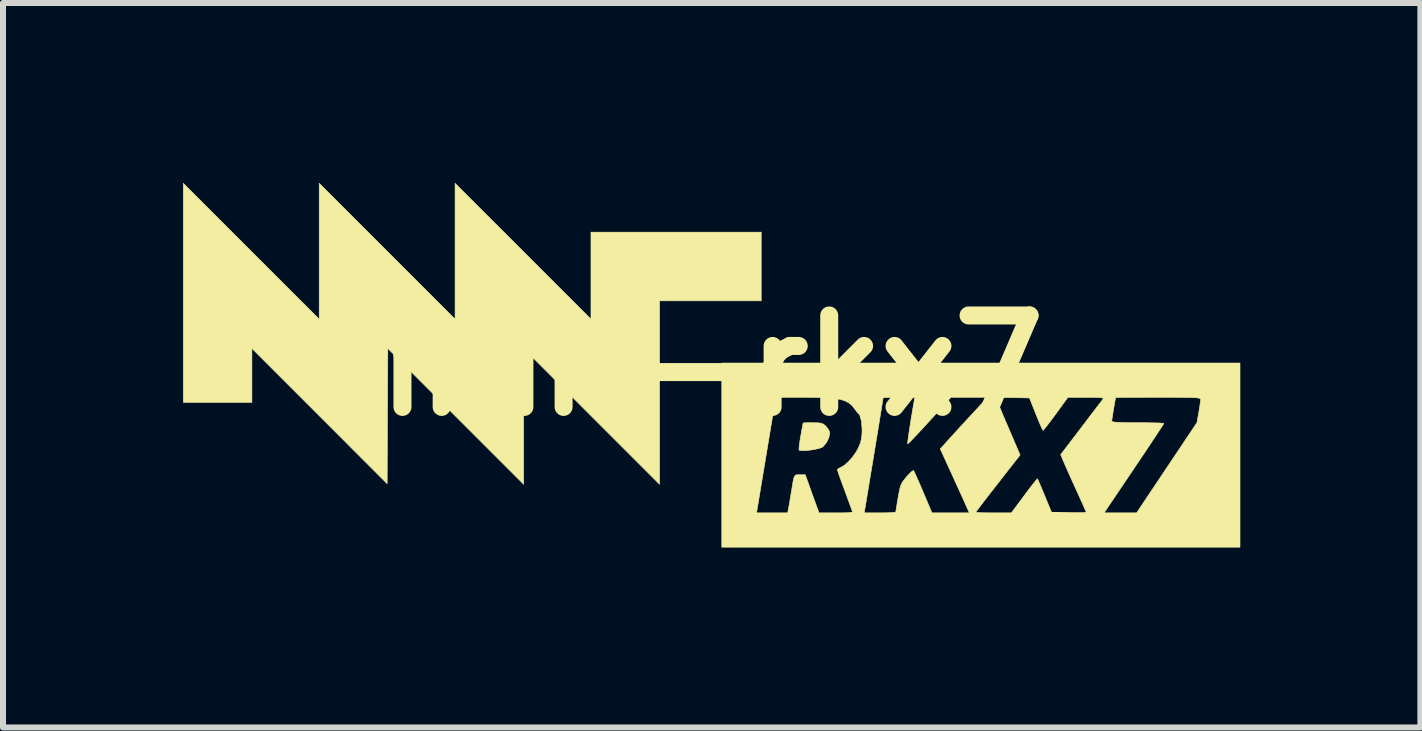
<source format=kicad_pcb>
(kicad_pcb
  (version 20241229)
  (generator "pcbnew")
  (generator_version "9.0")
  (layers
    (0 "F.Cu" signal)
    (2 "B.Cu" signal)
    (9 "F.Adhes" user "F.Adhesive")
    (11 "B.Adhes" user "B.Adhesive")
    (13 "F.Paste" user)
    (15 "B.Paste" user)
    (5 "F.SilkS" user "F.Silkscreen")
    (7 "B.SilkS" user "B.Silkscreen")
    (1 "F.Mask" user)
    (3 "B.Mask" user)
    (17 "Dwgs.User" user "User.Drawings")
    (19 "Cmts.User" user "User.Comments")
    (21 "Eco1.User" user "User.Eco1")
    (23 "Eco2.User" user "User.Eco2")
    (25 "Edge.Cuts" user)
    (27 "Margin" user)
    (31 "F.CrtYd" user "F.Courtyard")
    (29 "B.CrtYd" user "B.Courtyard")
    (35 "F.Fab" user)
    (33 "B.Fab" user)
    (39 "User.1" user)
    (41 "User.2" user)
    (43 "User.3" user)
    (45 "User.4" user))
  (footprint "mnt-rkx7"
    (layer "F.Cu")
    (at 8.81 3.042)
    (property "Reference" "mnt-rkx7" (at 0 0 0) (layer "F.SilkS") (effects (font (size 1.524 1.524) (thickness 0.3))))
    (attr through_hole)
    (fp_poly (pts (xy -3.143 -1.905) (xy -2.011 -0.773) (xy -2.011 -2.223) (xy 0.826 -2.223) (xy 0.826 -1.079) (xy -0.868 -1.079) (xy -0.868 1.979) (xy -2 0.847) (xy -3.133 -0.286) (xy -3.133 1.979) (xy -4.265 0.847) (xy -5.397 -0.285) (xy -5.403 0.842) (xy -5.408 1.969) (xy -6.535 0.841) (xy -7.662 -0.286) (xy -7.662 0.164) (xy -7.662 0.614) (xy -8.805 0.614) (xy -8.805 -3.037) (xy -7.673 -1.905) (xy -6.54 -0.773) (xy -6.54 -3.037) (xy -5.408 -1.905) (xy -4.276 -0.773) (xy -4.276 -3.037) (xy -3.143 -1.905)) (stroke (width 0.01) (type solid)) (fill yes) (layer "F.SilkS"))
    (fp_poly (pts (xy 1.768 0.954) (xy 1.822 0.96) (xy 1.86 0.975) (xy 1.894 1.002) (xy 1.907 1.014) (xy 1.946 1.064) (xy 1.967 1.11) (xy 1.968 1.12) (xy 1.954 1.199) (xy 1.916 1.279) (xy 1.865 1.343) (xy 1.84 1.363) (xy 1.794 1.38) (xy 1.724 1.396) (xy 1.644 1.409) (xy 1.566 1.417) (xy 1.501 1.418) (xy 1.462 1.412) (xy 1.458 1.409) (xy 1.456 1.384) (xy 1.461 1.326) (xy 1.473 1.246) (xy 1.484 1.179) (xy 1.5 1.089) (xy 1.513 1.017) (xy 1.522 0.97) (xy 1.524 0.958) (xy 1.543 0.955) (xy 1.595 0.953) (xy 1.668 0.953) (xy 1.684 0.953) (xy 1.768 0.954)) (stroke (width 0.01) (type solid)) (fill yes) (layer "F.SilkS"))
    (fp_poly (pts (xy 8.805 3.027) (xy 0.169 3.027) (xy 0.169 2.455) (xy 0.748 2.455) (xy 1.267 2.455) (xy 2.541 2.455) (xy 2.805 2.455) (xy 2.905 2.454) (xy 2.988 2.451) (xy 3.045 2.446) (xy 3.069 2.44) (xy 3.069 2.439) (xy 3.073 2.413) (xy 3.082 2.355) (xy 3.095 2.273) (xy 3.108 2.198) (xy 3.126 2.097) (xy 3.143 2.026) (xy 3.162 1.973) (xy 3.189 1.928) (xy 3.229 1.877) (xy 3.249 1.853) (xy 3.3 1.798) (xy 3.34 1.761) (xy 3.364 1.75) (xy 3.366 1.751) (xy 3.378 1.775) (xy 3.404 1.831) (xy 3.441 1.914) (xy 3.485 2.015) (xy 3.526 2.111) (xy 3.671 2.455) (xy 4.295 2.455) (xy 4.29 2.444) (xy 4.403 2.444) (xy 4.423 2.448) (xy 4.477 2.452) (xy 4.559 2.454) (xy 4.661 2.455) (xy 4.699 2.455) (xy 4.995 2.455) (xy 6.54 2.455) (xy 7.082 2.455) (xy 7.585 1.703) (xy 8.088 0.951) (xy 8.119 0.777) (xy 8.133 0.692) (xy 8.143 0.62) (xy 8.149 0.573) (xy 8.149 0.566) (xy 8.147 0.556) (xy 8.137 0.548) (xy 8.115 0.542) (xy 8.078 0.537) (xy 8.021 0.534) (xy 7.939 0.531) (xy 7.829 0.53) (xy 7.686 0.529) (xy 7.507 0.529) (xy 7.44 0.529) (xy 7.272 0.529) (xy 7.117 0.53) (xy 6.983 0.53) (xy 6.872 0.531) (xy 6.79 0.532) (xy 6.742 0.534) (xy 6.731 0.534) (xy 6.728 0.556) (xy 6.718 0.61) (xy 6.705 0.685) (xy 6.699 0.72) (xy 6.685 0.805) (xy 6.674 0.875) (xy 6.668 0.919) (xy 6.668 0.926) (xy 6.677 0.935) (xy 6.71 0.942) (xy 6.769 0.947) (xy 6.859 0.951) (xy 6.984 0.952) (xy 7.101 0.953) (xy 7.232 0.953) (xy 7.346 0.955) (xy 7.439 0.957) (xy 7.504 0.96) (xy 7.534 0.964) (xy 7.535 0.965) (xy 7.524 0.985) (xy 7.491 1.036) (xy 7.44 1.114) (xy 7.372 1.217) (xy 7.29 1.34) (xy 7.197 1.48) (xy 7.094 1.632) (xy 7.038 1.716) (xy 6.54 2.455) (xy 4.995 2.455) (xy 5.209 2.168) (xy 5.279 2.073) (xy 5.341 1.993) (xy 5.389 1.932) (xy 5.42 1.896) (xy 5.43 1.888) (xy 5.441 1.91) (xy 5.464 1.963) (xy 5.497 2.041) (xy 5.537 2.136) (xy 5.551 2.171) (xy 5.664 2.445) (xy 5.954 2.451) (xy 6.06 2.452) (xy 6.148 2.452) (xy 6.211 2.451) (xy 6.242 2.449) (xy 6.244 2.448) (xy 6.236 2.428) (xy 6.212 2.374) (xy 6.177 2.294) (xy 6.131 2.192) (xy 6.078 2.075) (xy 6.062 2.04) (xy 6.005 1.915) (xy 5.952 1.797) (xy 5.907 1.695) (xy 5.872 1.616) (xy 5.851 1.567) (xy 5.849 1.562) (xy 5.817 1.484) (xy 6.161 1.033) (xy 6.253 0.912) (xy 6.337 0.801) (xy 6.41 0.706) (xy 6.468 0.63) (xy 6.508 0.578) (xy 6.525 0.556) (xy 6.525 0.545) (xy 6.502 0.537) (xy 6.452 0.533) (xy 6.37 0.53) (xy 6.251 0.53) (xy 6.241 0.53) (xy 5.937 0.53) (xy 5.737 0.805) (xy 5.668 0.898) (xy 5.608 0.977) (xy 5.561 1.037) (xy 5.531 1.073) (xy 5.523 1.079) (xy 5.511 1.061) (xy 5.487 1.01) (xy 5.454 0.934) (xy 5.416 0.84) (xy 5.404 0.81) (xy 5.297 0.54) (xy 5.019 0.534) (xy 4.916 0.533) (xy 4.831 0.534) (xy 4.77 0.538) (xy 4.742 0.544) (xy 4.741 0.545) (xy 4.749 0.569) (xy 4.772 0.625) (xy 4.807 0.71) (xy 4.851 0.816) (xy 4.903 0.939) (xy 4.941 1.026) (xy 5.14 1.491) (xy 5.082 1.566) (xy 5.052 1.603) (xy 5.001 1.669) (xy 4.932 1.756) (xy 4.852 1.859) (xy 4.763 1.973) (xy 4.713 2.037) (xy 4.626 2.148) (xy 4.548 2.249) (xy 4.484 2.333) (xy 4.436 2.397) (xy 4.408 2.435) (xy 4.403 2.444) (xy 4.29 2.444) (xy 4.245 2.344) (xy 4.221 2.292) (xy 4.184 2.208) (xy 4.135 2.101) (xy 4.079 1.978) (xy 4.02 1.848) (xy 4.003 1.811) (xy 3.81 1.389) (xy 3.859 1.335) (xy 3.914 1.274) (xy 3.988 1.192) (xy 4.075 1.097) (xy 4.168 0.995) (xy 4.262 0.893) (xy 4.35 0.798) (xy 4.426 0.716) (xy 4.483 0.654) (xy 4.506 0.63) (xy 4.602 0.529) (xy 3.988 0.529) (xy 3.632 0.922) (xy 3.534 1.029) (xy 3.446 1.124) (xy 3.371 1.203) (xy 3.314 1.262) (xy 3.278 1.297) (xy 3.267 1.305) (xy 3.267 1.283) (xy 3.274 1.224) (xy 3.286 1.136) (xy 3.303 1.025) (xy 3.323 0.897) (xy 3.346 0.758) (xy 3.371 0.615) (xy 3.375 0.587) (xy 3.386 0.529) (xy 3.122 0.529) (xy 3.021 0.53) (xy 2.939 0.532) (xy 2.881 0.535) (xy 2.858 0.538) (xy 2.857 0.538) (xy 2.854 0.56) (xy 2.845 0.619) (xy 2.83 0.709) (xy 2.811 0.826) (xy 2.789 0.963) (xy 2.764 1.117) (xy 2.737 1.281) (xy 2.709 1.451) (xy 2.681 1.622) (xy 2.653 1.788) (xy 2.627 1.944) (xy 2.604 2.086) (xy 2.584 2.207) (xy 2.568 2.303) (xy 2.557 2.369) (xy 2.552 2.397) (xy 2.541 2.455) (xy 1.267 2.455) (xy 1.278 2.397) (xy 1.287 2.351) (xy 1.3 2.276) (xy 1.315 2.184) (xy 1.323 2.138) (xy 1.343 2.016) (xy 1.357 1.93) (xy 1.37 1.874) (xy 1.384 1.841) (xy 1.401 1.825) (xy 1.424 1.82) (xy 1.457 1.82) (xy 1.47 1.82) (xy 1.56 1.82) (xy 1.674 2.138) (xy 1.789 2.455) (xy 2.069 2.455) (xy 2.172 2.455) (xy 2.259 2.453) (xy 2.32 2.45) (xy 2.348 2.446) (xy 2.349 2.446) (xy 2.342 2.423) (xy 2.323 2.368) (xy 2.293 2.287) (xy 2.256 2.186) (xy 2.223 2.095) (xy 2.181 1.983) (xy 2.145 1.883) (xy 2.117 1.805) (xy 2.1 1.753) (xy 2.095 1.736) (xy 2.113 1.716) (xy 2.142 1.703) (xy 2.205 1.667) (xy 2.278 1.604) (xy 2.35 1.523) (xy 2.413 1.433) (xy 2.446 1.37) (xy 2.48 1.288) (xy 2.498 1.213) (xy 2.506 1.127) (xy 2.507 1.069) (xy 2.498 0.93) (xy 2.465 0.818) (xy 2.405 0.726) (xy 2.337 0.66) (xy 2.284 0.621) (xy 2.226 0.591) (xy 2.157 0.567) (xy 2.071 0.55) (xy 1.964 0.539) (xy 1.829 0.533) (xy 1.661 0.53) (xy 1.543 0.529) (xy 1.068 0.529) (xy 0.748 2.455) (xy 0.169 2.455) (xy 0.169 -0.042) (xy 8.805 -0.042) (xy 8.805 3.027)) (stroke (width 0.01) (type solid)) (fill yes) (layer "F.SilkS")))
  (gr_rect
    (start -3 -3)
    (end 20.621 9.074)
    (stroke (width 0.1) (type default))
    (fill no)
    (layer "Edge.Cuts")))
</source>
